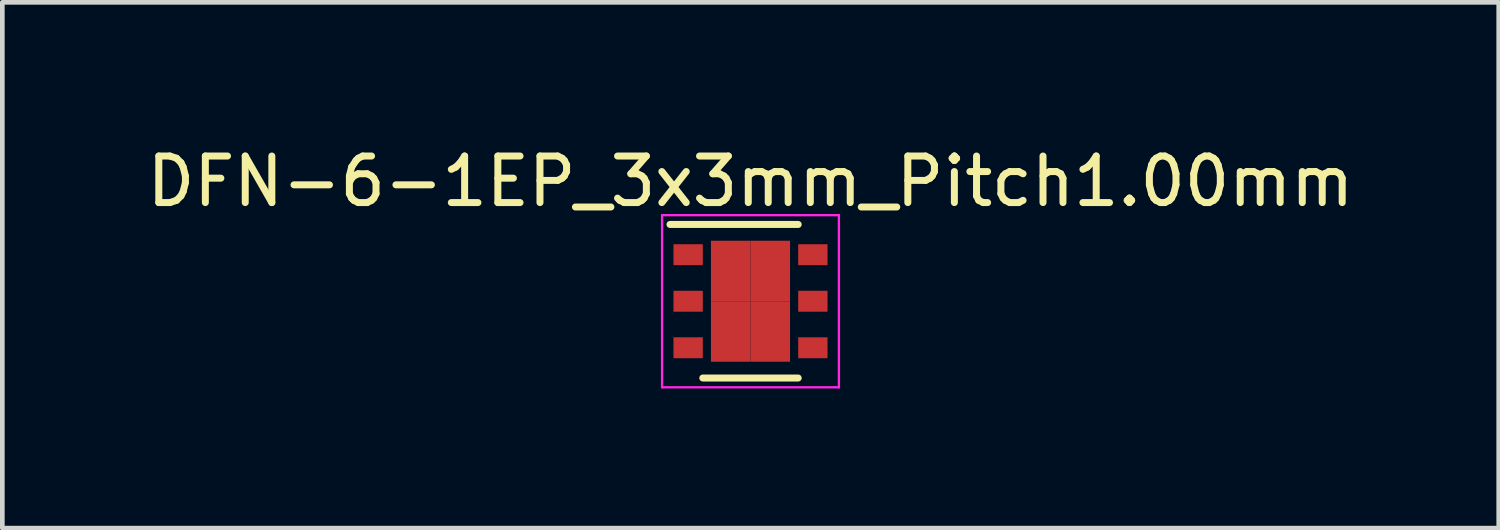
<source format=kicad_pcb>
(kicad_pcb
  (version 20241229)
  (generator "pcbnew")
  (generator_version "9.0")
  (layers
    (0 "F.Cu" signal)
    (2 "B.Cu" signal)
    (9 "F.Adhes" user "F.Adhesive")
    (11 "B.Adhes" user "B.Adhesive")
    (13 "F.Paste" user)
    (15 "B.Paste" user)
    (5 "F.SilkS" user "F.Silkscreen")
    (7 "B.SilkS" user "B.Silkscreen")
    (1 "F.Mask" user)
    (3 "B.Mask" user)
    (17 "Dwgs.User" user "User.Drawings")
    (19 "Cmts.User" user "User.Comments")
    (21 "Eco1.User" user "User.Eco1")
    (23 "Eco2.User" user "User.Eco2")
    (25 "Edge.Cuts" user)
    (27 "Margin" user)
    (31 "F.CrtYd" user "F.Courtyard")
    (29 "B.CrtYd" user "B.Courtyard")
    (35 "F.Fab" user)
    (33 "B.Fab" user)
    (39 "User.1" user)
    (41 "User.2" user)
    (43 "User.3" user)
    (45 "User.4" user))
  (footprint "DFN-6-1EP_3x3mm_Pitch1.00mm"
    (layer "F.Cu")
    (at 13.077 3.423)
    (property "Reference" "DFN-6-1EP_3x3mm_Pitch1.00mm" (at 0 -2.575 0) (layer "F.SilkS") (effects (font (size 1 1) (thickness 0.15))))
    (attr smd)
    (fp_line (start -1.73 -1.65) (end 1.025 -1.65) (stroke (width 0.15) (type solid)) (layer "F.SilkS"))
    (fp_line (start -1.025 1.65) (end 1.025 1.65) (stroke (width 0.15) (type solid)) (layer "F.SilkS"))
    (fp_line (start -1.9 -1.85) (end -1.9 1.85) (stroke (width 0.05) (type solid)) (layer "F.CrtYd"))
    (fp_line (start -1.9 -1.85) (end 1.9 -1.85) (stroke (width 0.05) (type solid)) (layer "F.CrtYd"))
    (fp_line (start -1.9 1.85) (end 1.9 1.85) (stroke (width 0.05) (type solid)) (layer "F.CrtYd"))
    (fp_line (start 1.9 -1.85) (end 1.9 1.85) (stroke (width 0.05) (type solid)) (layer "F.CrtYd"))
    (pad "1" smd rect (at -1.34 -1) (size 0.63 0.45) (layers "F.Cu" "F.Mask" "F.Paste"))
    (pad "2" smd rect (at -1.34 0) (size 0.63 0.45) (layers "F.Cu" "F.Mask" "F.Paste"))
    (pad "3" smd rect (at -1.34 1) (size 0.63 0.45) (layers "F.Cu" "F.Mask" "F.Paste"))
    (pad "4" smd rect (at 1.34 1) (size 0.63 0.45) (layers "F.Cu" "F.Mask" "F.Paste"))
    (pad "5" smd rect (at 1.34 0) (size 0.63 0.45) (layers "F.Cu" "F.Mask" "F.Paste"))
    (pad "6" smd rect (at 1.34 -1) (size 0.63 0.45) (layers "F.Cu" "F.Mask" "F.Paste"))
    (pad "7" smd rect (at -0.425 -0.65) (size 0.85 1.3) (layers "F.Cu" "F.Mask" "F.Paste"))
    (pad "7" smd rect (at -0.425 0.65) (size 0.85 1.3) (layers "F.Cu" "F.Mask" "F.Paste"))
    (pad "7" smd rect (at 0.425 -0.65) (size 0.85 1.3) (layers "F.Cu" "F.Mask" "F.Paste"))
    (pad "7" smd rect (at 0.425 0.65) (size 0.85 1.3) (layers "F.Cu" "F.Mask" "F.Paste")))
  (gr_rect
    (start -3 -3)
    (end 29.155 8.298)
    (stroke (width 0.1) (type default))
    (fill no)
    (layer "Edge.Cuts")))
</source>
